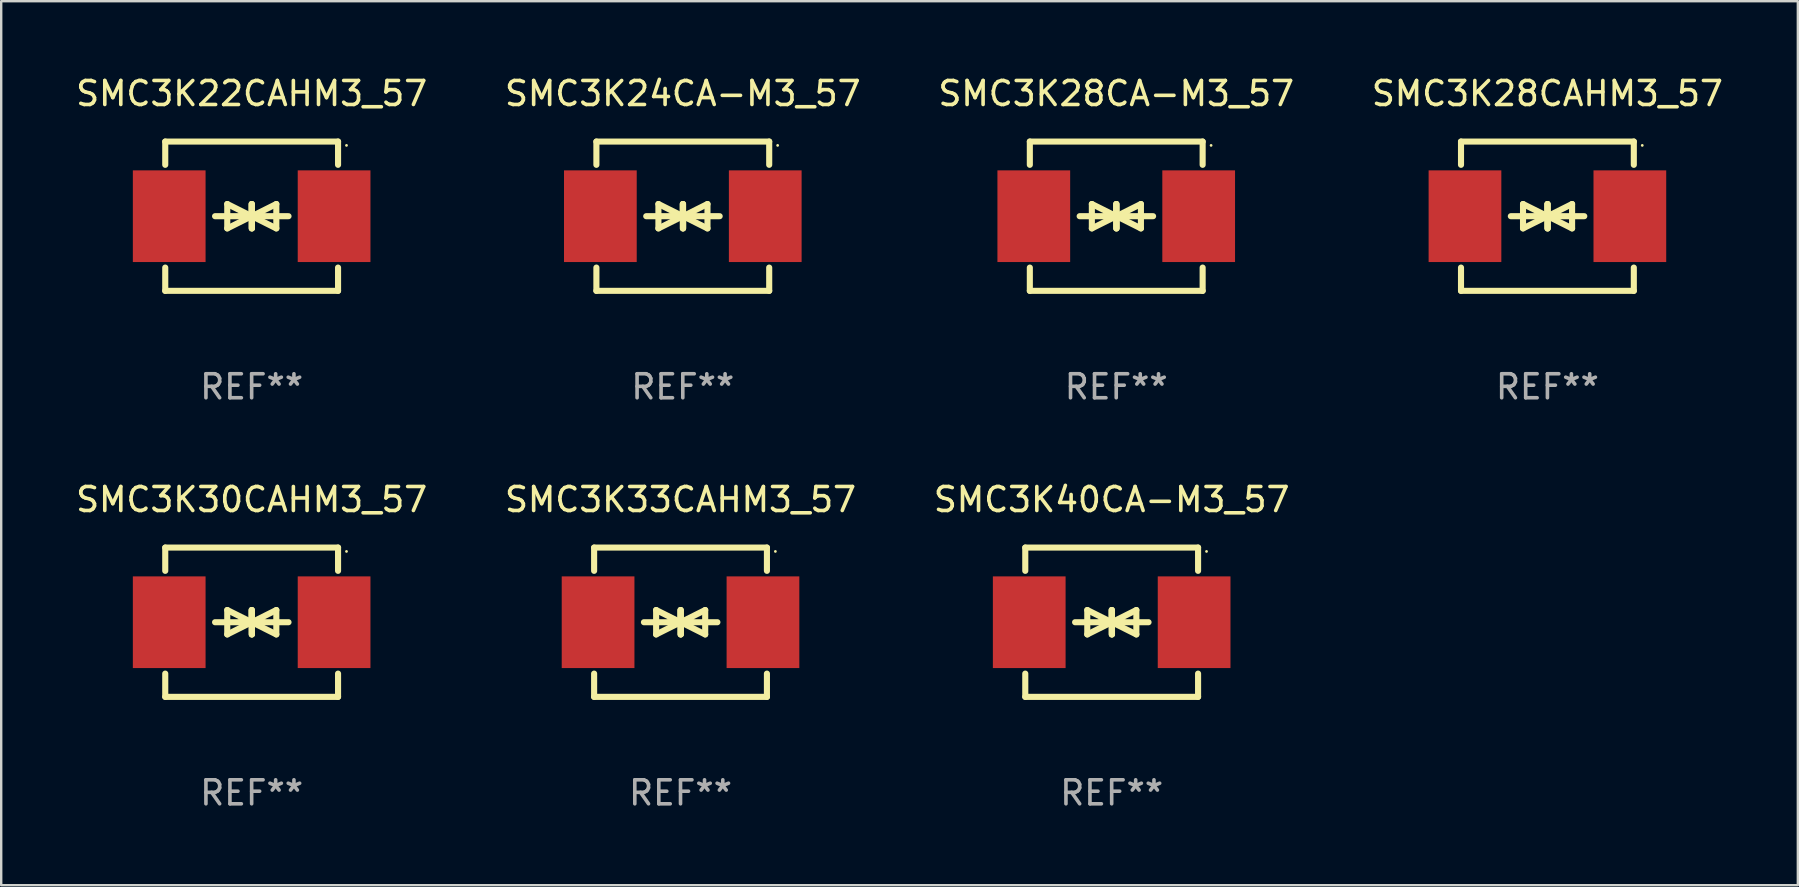
<source format=kicad_pcb>
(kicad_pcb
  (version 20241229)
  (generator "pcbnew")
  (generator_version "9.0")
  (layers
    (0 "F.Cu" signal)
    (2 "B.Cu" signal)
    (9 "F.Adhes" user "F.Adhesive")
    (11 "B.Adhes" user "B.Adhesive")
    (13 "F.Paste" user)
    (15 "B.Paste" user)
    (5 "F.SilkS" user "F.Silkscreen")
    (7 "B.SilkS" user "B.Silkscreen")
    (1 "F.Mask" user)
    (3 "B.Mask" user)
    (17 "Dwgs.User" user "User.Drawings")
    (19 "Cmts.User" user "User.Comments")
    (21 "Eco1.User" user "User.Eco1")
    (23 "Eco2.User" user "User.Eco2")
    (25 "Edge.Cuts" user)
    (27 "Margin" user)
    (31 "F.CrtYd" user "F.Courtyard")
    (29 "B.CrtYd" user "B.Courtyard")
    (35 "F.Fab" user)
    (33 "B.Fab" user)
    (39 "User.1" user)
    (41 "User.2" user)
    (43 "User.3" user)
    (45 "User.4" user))
  (footprint "SMC3K24CA-M3_57"
    (layer "F.Cu")
    (at 25.399 5.958)
    (property "Reference" "SMC3K24CA-M3_57" (at 0 -5.11 0) (layer "F.SilkS") (effects (font (size 1 1) (thickness 0.15))))
    (attr through_hole)
    (fp_line (start -3.6 -2.141) (end -3.6 -3.11) (stroke (width 0.254) (type solid)) (layer "F.SilkS"))
    (fp_line (start -3.6 3.11) (end -3.6 2.141) (stroke (width 0.254) (type solid)) (layer "F.SilkS"))
    (fp_line (start -1.524 0) (end 0.508 0) (stroke (width 0.254) (type solid)) (layer "F.SilkS"))
    (fp_line (start -1.016 -0.508) (end -1.016 0.508) (stroke (width 0.254) (type solid)) (layer "F.SilkS"))
    (fp_line (start -1.016 0.508) (end 0 0) (stroke (width 0.254) (type solid)) (layer "F.SilkS"))
    (fp_line (start 0 -0.508) (end 0 0.508) (stroke (width 0.254) (type solid)) (layer "F.SilkS"))
    (fp_line (start 0 0) (end -1.016 -0.508) (stroke (width 0.254) (type solid)) (layer "F.SilkS"))
    (fp_line (start 0 0) (end 0 -0.508) (stroke (width 0.254) (type solid)) (layer "F.SilkS"))
    (fp_line (start 0.012 0) (end 0.012 0.508) (stroke (width 0.254) (type solid)) (layer "F.SilkS"))
    (fp_line (start 0.012 0) (end 1.028 0.508) (stroke (width 0.254) (type solid)) (layer "F.SilkS"))
    (fp_line (start 0.012 0.508) (end 0.012 -0.508) (stroke (width 0.254) (type solid)) (layer "F.SilkS"))
    (fp_line (start 1.028 -0.508) (end 0.012 0) (stroke (width 0.254) (type solid)) (layer "F.SilkS"))
    (fp_line (start 1.028 0.508) (end 1.028 -0.508) (stroke (width 0.254) (type solid)) (layer "F.SilkS"))
    (fp_line (start 1.536 0) (end -0.496 0) (stroke (width 0.254) (type solid)) (layer "F.SilkS"))
    (fp_line (start 3.6 -3.11) (end -3.6 -3.11) (stroke (width 0.254) (type solid)) (layer "F.SilkS"))
    (fp_line (start 3.6 -2.141) (end 3.6 -3.11) (stroke (width 0.254) (type solid)) (layer "F.SilkS"))
    (fp_line (start 3.6 3.11) (end -3.6 3.11) (stroke (width 0.254) (type solid)) (layer "F.SilkS"))
    (fp_line (start 3.6 3.11) (end 3.6 2.141) (stroke (width 0.254) (type solid)) (layer "F.SilkS"))
    (fp_circle (center 3.952 -2.95) (end 3.982 -2.95) (stroke (width 0.06) (type solid)) (fill no) (layer "F.SilkS"))
    (fp_text user "REF**" (at 0 7.11 0) (layer "F.Fab") (effects (font (size 1 1) (thickness 0.15))))
    (pad "1" smd rect (at 3.435 0) (size 3.03 3.82) (layers "F.Cu" "F.Mask" "F.Paste"))
    (pad "2" smd rect (at -3.435 0) (size 3.03 3.82) (layers "F.Cu" "F.Mask" "F.Paste")))
  (footprint "SMC3K40CA-M3_57"
    (layer "F.Cu")
    (at 43.268 22.875)
    (property "Reference" "SMC3K40CA-M3_57" (at 0 -5.11 0) (layer "F.SilkS") (effects (font (size 1 1) (thickness 0.15))))
    (attr through_hole)
    (fp_line (start -3.6 -2.141) (end -3.6 -3.11) (stroke (width 0.254) (type solid)) (layer "F.SilkS"))
    (fp_line (start -3.6 3.11) (end -3.6 2.141) (stroke (width 0.254) (type solid)) (layer "F.SilkS"))
    (fp_line (start -1.524 0) (end 0.508 0) (stroke (width 0.254) (type solid)) (layer "F.SilkS"))
    (fp_line (start -1.016 -0.508) (end -1.016 0.508) (stroke (width 0.254) (type solid)) (layer "F.SilkS"))
    (fp_line (start -1.016 0.508) (end 0 0) (stroke (width 0.254) (type solid)) (layer "F.SilkS"))
    (fp_line (start 0 -0.508) (end 0 0.508) (stroke (width 0.254) (type solid)) (layer "F.SilkS"))
    (fp_line (start 0 0) (end -1.016 -0.508) (stroke (width 0.254) (type solid)) (layer "F.SilkS"))
    (fp_line (start 0 0) (end 0 -0.508) (stroke (width 0.254) (type solid)) (layer "F.SilkS"))
    (fp_line (start 0.012 0) (end 0.012 0.508) (stroke (width 0.254) (type solid)) (layer "F.SilkS"))
    (fp_line (start 0.012 0) (end 1.028 0.508) (stroke (width 0.254) (type solid)) (layer "F.SilkS"))
    (fp_line (start 0.012 0.508) (end 0.012 -0.508) (stroke (width 0.254) (type solid)) (layer "F.SilkS"))
    (fp_line (start 1.028 -0.508) (end 0.012 0) (stroke (width 0.254) (type solid)) (layer "F.SilkS"))
    (fp_line (start 1.028 0.508) (end 1.028 -0.508) (stroke (width 0.254) (type solid)) (layer "F.SilkS"))
    (fp_line (start 1.536 0) (end -0.496 0) (stroke (width 0.254) (type solid)) (layer "F.SilkS"))
    (fp_line (start 3.6 -3.11) (end -3.6 -3.11) (stroke (width 0.254) (type solid)) (layer "F.SilkS"))
    (fp_line (start 3.6 -2.141) (end 3.6 -3.11) (stroke (width 0.254) (type solid)) (layer "F.SilkS"))
    (fp_line (start 3.6 3.11) (end -3.6 3.11) (stroke (width 0.254) (type solid)) (layer "F.SilkS"))
    (fp_line (start 3.6 3.11) (end 3.6 2.141) (stroke (width 0.254) (type solid)) (layer "F.SilkS"))
    (fp_circle (center 3.952 -2.95) (end 3.982 -2.95) (stroke (width 0.06) (type solid)) (fill no) (layer "F.SilkS"))
    (fp_text user "REF**" (at 0 7.11 0) (layer "F.Fab") (effects (font (size 1 1) (thickness 0.15))))
    (pad "1" smd rect (at 3.435 0) (size 3.03 3.82) (layers "F.Cu" "F.Mask" "F.Paste"))
    (pad "2" smd rect (at -3.435 0) (size 3.03 3.82) (layers "F.Cu" "F.Mask" "F.Paste")))
  (footprint "SMC3K33CAHM3_57"
    (layer "F.Cu")
    (at 25.304 22.875)
    (property "Reference" "SMC3K33CAHM3_57" (at 0 -5.11 0) (layer "F.SilkS") (effects (font (size 1 1) (thickness 0.15))))
    (attr through_hole)
    (fp_line (start -3.6 -2.141) (end -3.6 -3.11) (stroke (width 0.254) (type solid)) (layer "F.SilkS"))
    (fp_line (start -3.6 3.11) (end -3.6 2.141) (stroke (width 0.254) (type solid)) (layer "F.SilkS"))
    (fp_line (start -1.524 0) (end 0.508 0) (stroke (width 0.254) (type solid)) (layer "F.SilkS"))
    (fp_line (start -1.016 -0.508) (end -1.016 0.508) (stroke (width 0.254) (type solid)) (layer "F.SilkS"))
    (fp_line (start -1.016 0.508) (end 0 0) (stroke (width 0.254) (type solid)) (layer "F.SilkS"))
    (fp_line (start 0 -0.508) (end 0 0.508) (stroke (width 0.254) (type solid)) (layer "F.SilkS"))
    (fp_line (start 0 0) (end -1.016 -0.508) (stroke (width 0.254) (type solid)) (layer "F.SilkS"))
    (fp_line (start 0 0) (end 0 -0.508) (stroke (width 0.254) (type solid)) (layer "F.SilkS"))
    (fp_line (start 0.012 0) (end 0.012 0.508) (stroke (width 0.254) (type solid)) (layer "F.SilkS"))
    (fp_line (start 0.012 0) (end 1.028 0.508) (stroke (width 0.254) (type solid)) (layer "F.SilkS"))
    (fp_line (start 0.012 0.508) (end 0.012 -0.508) (stroke (width 0.254) (type solid)) (layer "F.SilkS"))
    (fp_line (start 1.028 -0.508) (end 0.012 0) (stroke (width 0.254) (type solid)) (layer "F.SilkS"))
    (fp_line (start 1.028 0.508) (end 1.028 -0.508) (stroke (width 0.254) (type solid)) (layer "F.SilkS"))
    (fp_line (start 1.536 0) (end -0.496 0) (stroke (width 0.254) (type solid)) (layer "F.SilkS"))
    (fp_line (start 3.6 -3.11) (end -3.6 -3.11) (stroke (width 0.254) (type solid)) (layer "F.SilkS"))
    (fp_line (start 3.6 -2.141) (end 3.6 -3.11) (stroke (width 0.254) (type solid)) (layer "F.SilkS"))
    (fp_line (start 3.6 3.11) (end -3.6 3.11) (stroke (width 0.254) (type solid)) (layer "F.SilkS"))
    (fp_line (start 3.6 3.11) (end 3.6 2.141) (stroke (width 0.254) (type solid)) (layer "F.SilkS"))
    (fp_circle (center 3.952 -2.95) (end 3.982 -2.95) (stroke (width 0.06) (type solid)) (fill no) (layer "F.SilkS"))
    (fp_text user "REF**" (at 0 7.11 0) (layer "F.Fab") (effects (font (size 1 1) (thickness 0.15))))
    (pad "1" smd rect (at 3.435 0) (size 3.03 3.82) (layers "F.Cu" "F.Mask" "F.Paste"))
    (pad "2" smd rect (at -3.435 0) (size 3.03 3.82) (layers "F.Cu" "F.Mask" "F.Paste")))
  (footprint "SMC3K28CAHM3_57"
    (layer "F.Cu")
    (at 61.423 5.958)
    (property "Reference" "SMC3K28CAHM3_57" (at 0 -5.11 0) (layer "F.SilkS") (effects (font (size 1 1) (thickness 0.15))))
    (attr through_hole)
    (fp_line (start -3.6 -2.141) (end -3.6 -3.11) (stroke (width 0.254) (type solid)) (layer "F.SilkS"))
    (fp_line (start -3.6 3.11) (end -3.6 2.141) (stroke (width 0.254) (type solid)) (layer "F.SilkS"))
    (fp_line (start -1.524 0) (end 0.508 0) (stroke (width 0.254) (type solid)) (layer "F.SilkS"))
    (fp_line (start -1.016 -0.508) (end -1.016 0.508) (stroke (width 0.254) (type solid)) (layer "F.SilkS"))
    (fp_line (start -1.016 0.508) (end 0 0) (stroke (width 0.254) (type solid)) (layer "F.SilkS"))
    (fp_line (start 0 -0.508) (end 0 0.508) (stroke (width 0.254) (type solid)) (layer "F.SilkS"))
    (fp_line (start 0 0) (end -1.016 -0.508) (stroke (width 0.254) (type solid)) (layer "F.SilkS"))
    (fp_line (start 0 0) (end 0 -0.508) (stroke (width 0.254) (type solid)) (layer "F.SilkS"))
    (fp_line (start 0.012 0) (end 0.012 0.508) (stroke (width 0.254) (type solid)) (layer "F.SilkS"))
    (fp_line (start 0.012 0) (end 1.028 0.508) (stroke (width 0.254) (type solid)) (layer "F.SilkS"))
    (fp_line (start 0.012 0.508) (end 0.012 -0.508) (stroke (width 0.254) (type solid)) (layer "F.SilkS"))
    (fp_line (start 1.028 -0.508) (end 0.012 0) (stroke (width 0.254) (type solid)) (layer "F.SilkS"))
    (fp_line (start 1.028 0.508) (end 1.028 -0.508) (stroke (width 0.254) (type solid)) (layer "F.SilkS"))
    (fp_line (start 1.536 0) (end -0.496 0) (stroke (width 0.254) (type solid)) (layer "F.SilkS"))
    (fp_line (start 3.6 -3.11) (end -3.6 -3.11) (stroke (width 0.254) (type solid)) (layer "F.SilkS"))
    (fp_line (start 3.6 -2.141) (end 3.6 -3.11) (stroke (width 0.254) (type solid)) (layer "F.SilkS"))
    (fp_line (start 3.6 3.11) (end -3.6 3.11) (stroke (width 0.254) (type solid)) (layer "F.SilkS"))
    (fp_line (start 3.6 3.11) (end 3.6 2.141) (stroke (width 0.254) (type solid)) (layer "F.SilkS"))
    (fp_circle (center 3.952 -2.95) (end 3.982 -2.95) (stroke (width 0.06) (type solid)) (fill no) (layer "F.SilkS"))
    (fp_text user "REF**" (at 0 7.11 0) (layer "F.Fab") (effects (font (size 1 1) (thickness 0.15))))
    (pad "1" smd rect (at 3.435 0) (size 3.03 3.82) (layers "F.Cu" "F.Mask" "F.Paste"))
    (pad "2" smd rect (at -3.435 0) (size 3.03 3.82) (layers "F.Cu" "F.Mask" "F.Paste")))
  (footprint "SMC3K30CAHM3_57"
    (layer "F.Cu")
    (at 7.435 22.875)
    (property "Reference" "SMC3K30CAHM3_57" (at 0 -5.11 0) (layer "F.SilkS") (effects (font (size 1 1) (thickness 0.15))))
    (attr through_hole)
    (fp_line (start -3.6 -2.141) (end -3.6 -3.11) (stroke (width 0.254) (type solid)) (layer "F.SilkS"))
    (fp_line (start -3.6 3.11) (end -3.6 2.141) (stroke (width 0.254) (type solid)) (layer "F.SilkS"))
    (fp_line (start -1.524 0) (end 0.508 0) (stroke (width 0.254) (type solid)) (layer "F.SilkS"))
    (fp_line (start -1.016 -0.508) (end -1.016 0.508) (stroke (width 0.254) (type solid)) (layer "F.SilkS"))
    (fp_line (start -1.016 0.508) (end 0 0) (stroke (width 0.254) (type solid)) (layer "F.SilkS"))
    (fp_line (start 0 -0.508) (end 0 0.508) (stroke (width 0.254) (type solid)) (layer "F.SilkS"))
    (fp_line (start 0 0) (end -1.016 -0.508) (stroke (width 0.254) (type solid)) (layer "F.SilkS"))
    (fp_line (start 0 0) (end 0 -0.508) (stroke (width 0.254) (type solid)) (layer "F.SilkS"))
    (fp_line (start 0.012 0) (end 0.012 0.508) (stroke (width 0.254) (type solid)) (layer "F.SilkS"))
    (fp_line (start 0.012 0) (end 1.028 0.508) (stroke (width 0.254) (type solid)) (layer "F.SilkS"))
    (fp_line (start 0.012 0.508) (end 0.012 -0.508) (stroke (width 0.254) (type solid)) (layer "F.SilkS"))
    (fp_line (start 1.028 -0.508) (end 0.012 0) (stroke (width 0.254) (type solid)) (layer "F.SilkS"))
    (fp_line (start 1.028 0.508) (end 1.028 -0.508) (stroke (width 0.254) (type solid)) (layer "F.SilkS"))
    (fp_line (start 1.536 0) (end -0.496 0) (stroke (width 0.254) (type solid)) (layer "F.SilkS"))
    (fp_line (start 3.6 -3.11) (end -3.6 -3.11) (stroke (width 0.254) (type solid)) (layer "F.SilkS"))
    (fp_line (start 3.6 -2.141) (end 3.6 -3.11) (stroke (width 0.254) (type solid)) (layer "F.SilkS"))
    (fp_line (start 3.6 3.11) (end -3.6 3.11) (stroke (width 0.254) (type solid)) (layer "F.SilkS"))
    (fp_line (start 3.6 3.11) (end 3.6 2.141) (stroke (width 0.254) (type solid)) (layer "F.SilkS"))
    (fp_circle (center 3.952 -2.95) (end 3.982 -2.95) (stroke (width 0.06) (type solid)) (fill no) (layer "F.SilkS"))
    (fp_text user "REF**" (at 0 7.11 0) (layer "F.Fab") (effects (font (size 1 1) (thickness 0.15))))
    (pad "1" smd rect (at 3.435 0) (size 3.03 3.82) (layers "F.Cu" "F.Mask" "F.Paste"))
    (pad "2" smd rect (at -3.435 0) (size 3.03 3.82) (layers "F.Cu" "F.Mask" "F.Paste")))
  (footprint "SMC3K22CAHM3_57"
    (layer "F.Cu")
    (at 7.435 5.958)
    (property "Reference" "SMC3K22CAHM3_57" (at 0 -5.11 0) (layer "F.SilkS") (effects (font (size 1 1) (thickness 0.15))))
    (attr through_hole)
    (fp_line (start -3.6 -2.141) (end -3.6 -3.11) (stroke (width 0.254) (type solid)) (layer "F.SilkS"))
    (fp_line (start -3.6 3.11) (end -3.6 2.141) (stroke (width 0.254) (type solid)) (layer "F.SilkS"))
    (fp_line (start -1.524 0) (end 0.508 0) (stroke (width 0.254) (type solid)) (layer "F.SilkS"))
    (fp_line (start -1.016 -0.508) (end -1.016 0.508) (stroke (width 0.254) (type solid)) (layer "F.SilkS"))
    (fp_line (start -1.016 0.508) (end 0 0) (stroke (width 0.254) (type solid)) (layer "F.SilkS"))
    (fp_line (start 0 -0.508) (end 0 0.508) (stroke (width 0.254) (type solid)) (layer "F.SilkS"))
    (fp_line (start 0 0) (end -1.016 -0.508) (stroke (width 0.254) (type solid)) (layer "F.SilkS"))
    (fp_line (start 0 0) (end 0 -0.508) (stroke (width 0.254) (type solid)) (layer "F.SilkS"))
    (fp_line (start 0.012 0) (end 0.012 0.508) (stroke (width 0.254) (type solid)) (layer "F.SilkS"))
    (fp_line (start 0.012 0) (end 1.028 0.508) (stroke (width 0.254) (type solid)) (layer "F.SilkS"))
    (fp_line (start 0.012 0.508) (end 0.012 -0.508) (stroke (width 0.254) (type solid)) (layer "F.SilkS"))
    (fp_line (start 1.028 -0.508) (end 0.012 0) (stroke (width 0.254) (type solid)) (layer "F.SilkS"))
    (fp_line (start 1.028 0.508) (end 1.028 -0.508) (stroke (width 0.254) (type solid)) (layer "F.SilkS"))
    (fp_line (start 1.536 0) (end -0.496 0) (stroke (width 0.254) (type solid)) (layer "F.SilkS"))
    (fp_line (start 3.6 -3.11) (end -3.6 -3.11) (stroke (width 0.254) (type solid)) (layer "F.SilkS"))
    (fp_line (start 3.6 -2.141) (end 3.6 -3.11) (stroke (width 0.254) (type solid)) (layer "F.SilkS"))
    (fp_line (start 3.6 3.11) (end -3.6 3.11) (stroke (width 0.254) (type solid)) (layer "F.SilkS"))
    (fp_line (start 3.6 3.11) (end 3.6 2.141) (stroke (width 0.254) (type solid)) (layer "F.SilkS"))
    (fp_circle (center 3.952 -2.95) (end 3.982 -2.95) (stroke (width 0.06) (type solid)) (fill no) (layer "F.SilkS"))
    (fp_text user "REF**" (at 0 7.11 0) (layer "F.Fab") (effects (font (size 1 1) (thickness 0.15))))
    (pad "1" smd rect (at 3.435 0) (size 3.03 3.82) (layers "F.Cu" "F.Mask" "F.Paste"))
    (pad "2" smd rect (at -3.435 0) (size 3.03 3.82) (layers "F.Cu" "F.Mask" "F.Paste")))
  (footprint "SMC3K28CA-M3_57"
    (layer "F.Cu")
    (at 43.458 5.958)
    (property "Reference" "SMC3K28CA-M3_57" (at 0 -5.11 0) (layer "F.SilkS") (effects (font (size 1 1) (thickness 0.15))))
    (attr through_hole)
    (fp_line (start -3.6 -2.141) (end -3.6 -3.11) (stroke (width 0.254) (type solid)) (layer "F.SilkS"))
    (fp_line (start -3.6 3.11) (end -3.6 2.141) (stroke (width 0.254) (type solid)) (layer "F.SilkS"))
    (fp_line (start -1.524 0) (end 0.508 0) (stroke (width 0.254) (type solid)) (layer "F.SilkS"))
    (fp_line (start -1.016 -0.508) (end -1.016 0.508) (stroke (width 0.254) (type solid)) (layer "F.SilkS"))
    (fp_line (start -1.016 0.508) (end 0 0) (stroke (width 0.254) (type solid)) (layer "F.SilkS"))
    (fp_line (start 0 -0.508) (end 0 0.508) (stroke (width 0.254) (type solid)) (layer "F.SilkS"))
    (fp_line (start 0 0) (end -1.016 -0.508) (stroke (width 0.254) (type solid)) (layer "F.SilkS"))
    (fp_line (start 0 0) (end 0 -0.508) (stroke (width 0.254) (type solid)) (layer "F.SilkS"))
    (fp_line (start 0.012 0) (end 0.012 0.508) (stroke (width 0.254) (type solid)) (layer "F.SilkS"))
    (fp_line (start 0.012 0) (end 1.028 0.508) (stroke (width 0.254) (type solid)) (layer "F.SilkS"))
    (fp_line (start 0.012 0.508) (end 0.012 -0.508) (stroke (width 0.254) (type solid)) (layer "F.SilkS"))
    (fp_line (start 1.028 -0.508) (end 0.012 0) (stroke (width 0.254) (type solid)) (layer "F.SilkS"))
    (fp_line (start 1.028 0.508) (end 1.028 -0.508) (stroke (width 0.254) (type solid)) (layer "F.SilkS"))
    (fp_line (start 1.536 0) (end -0.496 0) (stroke (width 0.254) (type solid)) (layer "F.SilkS"))
    (fp_line (start 3.6 -3.11) (end -3.6 -3.11) (stroke (width 0.254) (type solid)) (layer "F.SilkS"))
    (fp_line (start 3.6 -2.141) (end 3.6 -3.11) (stroke (width 0.254) (type solid)) (layer "F.SilkS"))
    (fp_line (start 3.6 3.11) (end -3.6 3.11) (stroke (width 0.254) (type solid)) (layer "F.SilkS"))
    (fp_line (start 3.6 3.11) (end 3.6 2.141) (stroke (width 0.254) (type solid)) (layer "F.SilkS"))
    (fp_circle (center 3.952 -2.95) (end 3.982 -2.95) (stroke (width 0.06) (type solid)) (fill no) (layer "F.SilkS"))
    (fp_text user "REF**" (at 0 7.11 0) (layer "F.Fab") (effects (font (size 1 1) (thickness 0.15))))
    (pad "1" smd rect (at 3.435 0) (size 3.03 3.82) (layers "F.Cu" "F.Mask" "F.Paste"))
    (pad "2" smd rect (at -3.435 0) (size 3.03 3.82) (layers "F.Cu" "F.Mask" "F.Paste")))
  (gr_rect
    (start -3 -3)
    (end 71.857 33.833)
    (stroke (width 0.1) (type default))
    (fill no)
    (layer "Edge.Cuts")))
</source>
